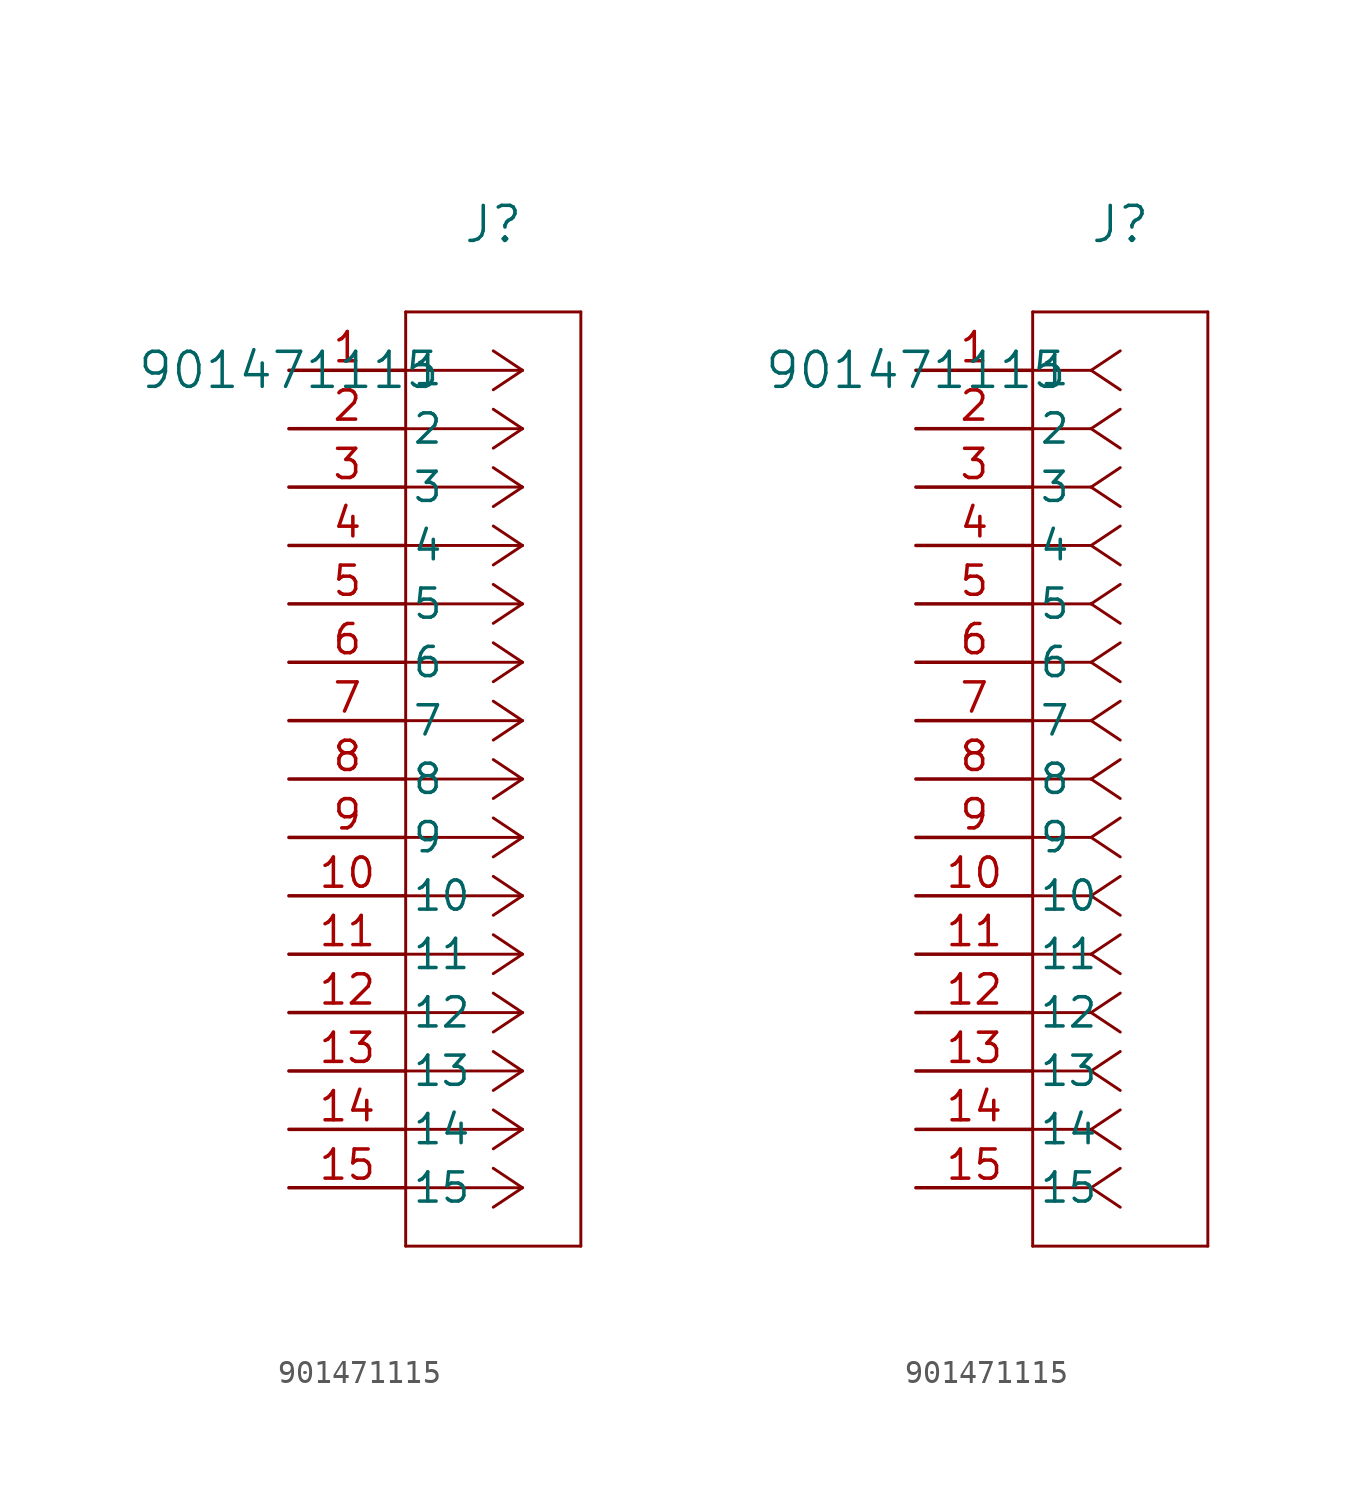
<source format=kicad_sym>
(kicad_symbol_lib
  (version 20211014)
  (generator kicad_symbol_editor)
  (symbol "901471115"
    (pin_names
      (offset 0.254))
    (property "Reference" "J"
      (at 8.89 6.35 0)
      (effects (font (size 1.524 1.524))))
    (property "Value" "901471115"
      (at 0 0 0)
      (effects (font (size 1.524 1.524))))
    (symbol "901471115_1_1"
      (polyline (pts (xy 10.16 0) (xy 5.08 0)) (stroke (width 0.127) (type default) (color 0 0 0 0)) (fill (type none)))
      (polyline (pts (xy 10.16 -2.54) (xy 5.08 -2.54)) (stroke (width 0.127) (type default) (color 0 0 0 0)) (fill (type none)))
      (polyline (pts (xy 10.16 -5.08) (xy 5.08 -5.08)) (stroke (width 0.127) (type default) (color 0 0 0 0)) (fill (type none)))
      (polyline (pts (xy 10.16 -7.62) (xy 5.08 -7.62)) (stroke (width 0.127) (type default) (color 0 0 0 0)) (fill (type none)))
      (polyline (pts (xy 10.16 -10.16) (xy 5.08 -10.16)) (stroke (width 0.127) (type default) (color 0 0 0 0)) (fill (type none)))
      (polyline (pts (xy 10.16 -12.7) (xy 5.08 -12.7)) (stroke (width 0.127) (type default) (color 0 0 0 0)) (fill (type none)))
      (polyline (pts (xy 10.16 -15.24) (xy 5.08 -15.24)) (stroke (width 0.127) (type default) (color 0 0 0 0)) (fill (type none)))
      (polyline (pts (xy 10.16 -17.78) (xy 5.08 -17.78)) (stroke (width 0.127) (type default) (color 0 0 0 0)) (fill (type none)))
      (polyline (pts (xy 10.16 -20.32) (xy 5.08 -20.32)) (stroke (width 0.127) (type default) (color 0 0 0 0)) (fill (type none)))
      (polyline (pts (xy 10.16 -22.86) (xy 5.08 -22.86)) (stroke (width 0.127) (type default) (color 0 0 0 0)) (fill (type none)))
      (polyline (pts (xy 10.16 -25.4) (xy 5.08 -25.4)) (stroke (width 0.127) (type default) (color 0 0 0 0)) (fill (type none)))
      (polyline (pts (xy 10.16 -27.94) (xy 5.08 -27.94)) (stroke (width 0.127) (type default) (color 0 0 0 0)) (fill (type none)))
      (polyline (pts (xy 10.16 -30.48) (xy 5.08 -30.48)) (stroke (width 0.127) (type default) (color 0 0 0 0)) (fill (type none)))
      (polyline (pts (xy 10.16 -33.02) (xy 5.08 -33.02)) (stroke (width 0.127) (type default) (color 0 0 0 0)) (fill (type none)))
      (polyline (pts (xy 10.16 -35.56) (xy 5.08 -35.56)) (stroke (width 0.127) (type default) (color 0 0 0 0)) (fill (type none)))
      (polyline (pts (xy 10.16 0) (xy 8.89 0.847)) (stroke (width 0.127) (type default) (color 0 0 0 0)) (fill (type none)))
      (polyline (pts (xy 10.16 -2.54) (xy 8.89 -1.693)) (stroke (width 0.127) (type default) (color 0 0 0 0)) (fill (type none)))
      (polyline (pts (xy 10.16 -5.08) (xy 8.89 -4.233)) (stroke (width 0.127) (type default) (color 0 0 0 0)) (fill (type none)))
      (polyline (pts (xy 10.16 -7.62) (xy 8.89 -6.773)) (stroke (width 0.127) (type default) (color 0 0 0 0)) (fill (type none)))
      (polyline (pts (xy 10.16 -10.16) (xy 8.89 -9.313)) (stroke (width 0.127) (type default) (color 0 0 0 0)) (fill (type none)))
      (polyline (pts (xy 10.16 -12.7) (xy 8.89 -11.853)) (stroke (width 0.127) (type default) (color 0 0 0 0)) (fill (type none)))
      (polyline (pts (xy 10.16 -15.24) (xy 8.89 -14.393)) (stroke (width 0.127) (type default) (color 0 0 0 0)) (fill (type none)))
      (polyline (pts (xy 10.16 -17.78) (xy 8.89 -16.933)) (stroke (width 0.127) (type default) (color 0 0 0 0)) (fill (type none)))
      (polyline (pts (xy 10.16 -20.32) (xy 8.89 -19.473)) (stroke (width 0.127) (type default) (color 0 0 0 0)) (fill (type none)))
      (polyline (pts (xy 10.16 -22.86) (xy 8.89 -22.013)) (stroke (width 0.127) (type default) (color 0 0 0 0)) (fill (type none)))
      (polyline (pts (xy 10.16 -25.4) (xy 8.89 -24.553)) (stroke (width 0.127) (type default) (color 0 0 0 0)) (fill (type none)))
      (polyline (pts (xy 10.16 -27.94) (xy 8.89 -27.093)) (stroke (width 0.127) (type default) (color 0 0 0 0)) (fill (type none)))
      (polyline (pts (xy 10.16 -30.48) (xy 8.89 -29.633)) (stroke (width 0.127) (type default) (color 0 0 0 0)) (fill (type none)))
      (polyline (pts (xy 10.16 -33.02) (xy 8.89 -32.173)) (stroke (width 0.127) (type default) (color 0 0 0 0)) (fill (type none)))
      (polyline (pts (xy 10.16 -35.56) (xy 8.89 -34.713)) (stroke (width 0.127) (type default) (color 0 0 0 0)) (fill (type none)))
      (polyline (pts (xy 10.16 0) (xy 8.89 -0.847)) (stroke (width 0.127) (type default) (color 0 0 0 0)) (fill (type none)))
      (polyline (pts (xy 10.16 -2.54) (xy 8.89 -3.387)) (stroke (width 0.127) (type default) (color 0 0 0 0)) (fill (type none)))
      (polyline (pts (xy 10.16 -5.08) (xy 8.89 -5.927)) (stroke (width 0.127) (type default) (color 0 0 0 0)) (fill (type none)))
      (polyline (pts (xy 10.16 -7.62) (xy 8.89 -8.467)) (stroke (width 0.127) (type default) (color 0 0 0 0)) (fill (type none)))
      (polyline (pts (xy 10.16 -10.16) (xy 8.89 -11.007)) (stroke (width 0.127) (type default) (color 0 0 0 0)) (fill (type none)))
      (polyline (pts (xy 10.16 -12.7) (xy 8.89 -13.547)) (stroke (width 0.127) (type default) (color 0 0 0 0)) (fill (type none)))
      (polyline (pts (xy 10.16 -15.24) (xy 8.89 -16.087)) (stroke (width 0.127) (type default) (color 0 0 0 0)) (fill (type none)))
      (polyline (pts (xy 10.16 -17.78) (xy 8.89 -18.627)) (stroke (width 0.127) (type default) (color 0 0 0 0)) (fill (type none)))
      (polyline (pts (xy 10.16 -20.32) (xy 8.89 -21.167)) (stroke (width 0.127) (type default) (color 0 0 0 0)) (fill (type none)))
      (polyline (pts (xy 10.16 -22.86) (xy 8.89 -23.707)) (stroke (width 0.127) (type default) (color 0 0 0 0)) (fill (type none)))
      (polyline (pts (xy 10.16 -25.4) (xy 8.89 -26.247)) (stroke (width 0.127) (type default) (color 0 0 0 0)) (fill (type none)))
      (polyline (pts (xy 10.16 -27.94) (xy 8.89 -28.787)) (stroke (width 0.127) (type default) (color 0 0 0 0)) (fill (type none)))
      (polyline (pts (xy 10.16 -30.48) (xy 8.89 -31.327)) (stroke (width 0.127) (type default) (color 0 0 0 0)) (fill (type none)))
      (polyline (pts (xy 10.16 -33.02) (xy 8.89 -33.867)) (stroke (width 0.127) (type default) (color 0 0 0 0)) (fill (type none)))
      (polyline (pts (xy 10.16 -35.56) (xy 8.89 -36.407)) (stroke (width 0.127) (type default) (color 0 0 0 0)) (fill (type none)))
      (polyline (pts (xy 5.08 2.54) (xy 5.08 -38.1)) (stroke (width 0.127) (type default) (color 0 0 0 0)) (fill (type none)))
      (polyline (pts (xy 5.08 -38.1) (xy 12.7 -38.1)) (stroke (width 0.127) (type default) (color 0 0 0 0)) (fill (type none)))
      (polyline (pts (xy 12.7 -38.1) (xy 12.7 2.54)) (stroke (width 0.127) (type default) (color 0 0 0 0)) (fill (type none)))
      (polyline (pts (xy 12.7 2.54) (xy 5.08 2.54)) (stroke (width 0.127) (type default) (color 0 0 0 0)) (fill (type none)))
      (pin unspecified line (at 0 0 0) (length 5.08) (name "1" (effects (font (size 1.27 1.27)))) (number "1" (effects (font (size 1.27 1.27)))))
      (pin unspecified line (at 0 -2.54 0) (length 5.08) (name "2" (effects (font (size 1.27 1.27)))) (number "2" (effects (font (size 1.27 1.27)))))
      (pin unspecified line (at 0 -5.08 0) (length 5.08) (name "3" (effects (font (size 1.27 1.27)))) (number "3" (effects (font (size 1.27 1.27)))))
      (pin unspecified line (at 0 -7.62 0) (length 5.08) (name "4" (effects (font (size 1.27 1.27)))) (number "4" (effects (font (size 1.27 1.27)))))
      (pin unspecified line (at 0 -10.16 0) (length 5.08) (name "5" (effects (font (size 1.27 1.27)))) (number "5" (effects (font (size 1.27 1.27)))))
      (pin unspecified line (at 0 -12.7 0) (length 5.08) (name "6" (effects (font (size 1.27 1.27)))) (number "6" (effects (font (size 1.27 1.27)))))
      (pin unspecified line (at 0 -15.24 0) (length 5.08) (name "7" (effects (font (size 1.27 1.27)))) (number "7" (effects (font (size 1.27 1.27)))))
      (pin unspecified line (at 0 -17.78 0) (length 5.08) (name "8" (effects (font (size 1.27 1.27)))) (number "8" (effects (font (size 1.27 1.27)))))
      (pin unspecified line (at 0 -20.32 0) (length 5.08) (name "9" (effects (font (size 1.27 1.27)))) (number "9" (effects (font (size 1.27 1.27)))))
      (pin unspecified line (at 0 -22.86 0) (length 5.08) (name "10" (effects (font (size 1.27 1.27)))) (number "10" (effects (font (size 1.27 1.27)))))
      (pin unspecified line (at 0 -25.4 0) (length 5.08) (name "11" (effects (font (size 1.27 1.27)))) (number "11" (effects (font (size 1.27 1.27)))))
      (pin unspecified line (at 0 -27.94 0) (length 5.08) (name "12" (effects (font (size 1.27 1.27)))) (number "12" (effects (font (size 1.27 1.27)))))
      (pin unspecified line (at 0 -30.48 0) (length 5.08) (name "13" (effects (font (size 1.27 1.27)))) (number "13" (effects (font (size 1.27 1.27)))))
      (pin unspecified line (at 0 -33.02 0) (length 5.08) (name "14" (effects (font (size 1.27 1.27)))) (number "14" (effects (font (size 1.27 1.27)))))
      (pin unspecified line (at 0 -35.56 0) (length 5.08) (name "15" (effects (font (size 1.27 1.27)))) (number "15" (effects (font (size 1.27 1.27))))))
    (symbol "901471115_1_2"
      (polyline (pts (xy 7.62 0) (xy 5.08 0)) (stroke (width 0.127) (type default) (color 0 0 0 0)) (fill (type none)))
      (polyline (pts (xy 7.62 -2.54) (xy 5.08 -2.54)) (stroke (width 0.127) (type default) (color 0 0 0 0)) (fill (type none)))
      (polyline (pts (xy 7.62 -5.08) (xy 5.08 -5.08)) (stroke (width 0.127) (type default) (color 0 0 0 0)) (fill (type none)))
      (polyline (pts (xy 7.62 -7.62) (xy 5.08 -7.62)) (stroke (width 0.127) (type default) (color 0 0 0 0)) (fill (type none)))
      (polyline (pts (xy 7.62 -10.16) (xy 5.08 -10.16)) (stroke (width 0.127) (type default) (color 0 0 0 0)) (fill (type none)))
      (polyline (pts (xy 7.62 -12.7) (xy 5.08 -12.7)) (stroke (width 0.127) (type default) (color 0 0 0 0)) (fill (type none)))
      (polyline (pts (xy 7.62 -15.24) (xy 5.08 -15.24)) (stroke (width 0.127) (type default) (color 0 0 0 0)) (fill (type none)))
      (polyline (pts (xy 7.62 -17.78) (xy 5.08 -17.78)) (stroke (width 0.127) (type default) (color 0 0 0 0)) (fill (type none)))
      (polyline (pts (xy 7.62 -20.32) (xy 5.08 -20.32)) (stroke (width 0.127) (type default) (color 0 0 0 0)) (fill (type none)))
      (polyline (pts (xy 7.62 -22.86) (xy 5.08 -22.86)) (stroke (width 0.127) (type default) (color 0 0 0 0)) (fill (type none)))
      (polyline (pts (xy 7.62 -25.4) (xy 5.08 -25.4)) (stroke (width 0.127) (type default) (color 0 0 0 0)) (fill (type none)))
      (polyline (pts (xy 7.62 -27.94) (xy 5.08 -27.94)) (stroke (width 0.127) (type default) (color 0 0 0 0)) (fill (type none)))
      (polyline (pts (xy 7.62 -30.48) (xy 5.08 -30.48)) (stroke (width 0.127) (type default) (color 0 0 0 0)) (fill (type none)))
      (polyline (pts (xy 7.62 -33.02) (xy 5.08 -33.02)) (stroke (width 0.127) (type default) (color 0 0 0 0)) (fill (type none)))
      (polyline (pts (xy 7.62 -35.56) (xy 5.08 -35.56)) (stroke (width 0.127) (type default) (color 0 0 0 0)) (fill (type none)))
      (polyline (pts (xy 7.62 0) (xy 8.89 0.847)) (stroke (width 0.127) (type default) (color 0 0 0 0)) (fill (type none)))
      (polyline (pts (xy 7.62 -2.54) (xy 8.89 -1.693)) (stroke (width 0.127) (type default) (color 0 0 0 0)) (fill (type none)))
      (polyline (pts (xy 7.62 -5.08) (xy 8.89 -4.233)) (stroke (width 0.127) (type default) (color 0 0 0 0)) (fill (type none)))
      (polyline (pts (xy 7.62 -7.62) (xy 8.89 -6.773)) (stroke (width 0.127) (type default) (color 0 0 0 0)) (fill (type none)))
      (polyline (pts (xy 7.62 -10.16) (xy 8.89 -9.313)) (stroke (width 0.127) (type default) (color 0 0 0 0)) (fill (type none)))
      (polyline (pts (xy 7.62 -12.7) (xy 8.89 -11.853)) (stroke (width 0.127) (type default) (color 0 0 0 0)) (fill (type none)))
      (polyline (pts (xy 7.62 -15.24) (xy 8.89 -14.393)) (stroke (width 0.127) (type default) (color 0 0 0 0)) (fill (type none)))
      (polyline (pts (xy 7.62 -17.78) (xy 8.89 -16.933)) (stroke (width 0.127) (type default) (color 0 0 0 0)) (fill (type none)))
      (polyline (pts (xy 7.62 -20.32) (xy 8.89 -19.473)) (stroke (width 0.127) (type default) (color 0 0 0 0)) (fill (type none)))
      (polyline (pts (xy 7.62 -22.86) (xy 8.89 -22.013)) (stroke (width 0.127) (type default) (color 0 0 0 0)) (fill (type none)))
      (polyline (pts (xy 7.62 -25.4) (xy 8.89 -24.553)) (stroke (width 0.127) (type default) (color 0 0 0 0)) (fill (type none)))
      (polyline (pts (xy 7.62 -27.94) (xy 8.89 -27.093)) (stroke (width 0.127) (type default) (color 0 0 0 0)) (fill (type none)))
      (polyline (pts (xy 7.62 -30.48) (xy 8.89 -29.633)) (stroke (width 0.127) (type default) (color 0 0 0 0)) (fill (type none)))
      (polyline (pts (xy 7.62 -33.02) (xy 8.89 -32.173)) (stroke (width 0.127) (type default) (color 0 0 0 0)) (fill (type none)))
      (polyline (pts (xy 7.62 -35.56) (xy 8.89 -34.713)) (stroke (width 0.127) (type default) (color 0 0 0 0)) (fill (type none)))
      (polyline (pts (xy 7.62 0) (xy 8.89 -0.847)) (stroke (width 0.127) (type default) (color 0 0 0 0)) (fill (type none)))
      (polyline (pts (xy 7.62 -2.54) (xy 8.89 -3.387)) (stroke (width 0.127) (type default) (color 0 0 0 0)) (fill (type none)))
      (polyline (pts (xy 7.62 -5.08) (xy 8.89 -5.927)) (stroke (width 0.127) (type default) (color 0 0 0 0)) (fill (type none)))
      (polyline (pts (xy 7.62 -7.62) (xy 8.89 -8.467)) (stroke (width 0.127) (type default) (color 0 0 0 0)) (fill (type none)))
      (polyline (pts (xy 7.62 -10.16) (xy 8.89 -11.007)) (stroke (width 0.127) (type default) (color 0 0 0 0)) (fill (type none)))
      (polyline (pts (xy 7.62 -12.7) (xy 8.89 -13.547)) (stroke (width 0.127) (type default) (color 0 0 0 0)) (fill (type none)))
      (polyline (pts (xy 7.62 -15.24) (xy 8.89 -16.087)) (stroke (width 0.127) (type default) (color 0 0 0 0)) (fill (type none)))
      (polyline (pts (xy 7.62 -17.78) (xy 8.89 -18.627)) (stroke (width 0.127) (type default) (color 0 0 0 0)) (fill (type none)))
      (polyline (pts (xy 7.62 -20.32) (xy 8.89 -21.167)) (stroke (width 0.127) (type default) (color 0 0 0 0)) (fill (type none)))
      (polyline (pts (xy 7.62 -22.86) (xy 8.89 -23.707)) (stroke (width 0.127) (type default) (color 0 0 0 0)) (fill (type none)))
      (polyline (pts (xy 7.62 -25.4) (xy 8.89 -26.247)) (stroke (width 0.127) (type default) (color 0 0 0 0)) (fill (type none)))
      (polyline (pts (xy 7.62 -27.94) (xy 8.89 -28.787)) (stroke (width 0.127) (type default) (color 0 0 0 0)) (fill (type none)))
      (polyline (pts (xy 7.62 -30.48) (xy 8.89 -31.327)) (stroke (width 0.127) (type default) (color 0 0 0 0)) (fill (type none)))
      (polyline (pts (xy 7.62 -33.02) (xy 8.89 -33.867)) (stroke (width 0.127) (type default) (color 0 0 0 0)) (fill (type none)))
      (polyline (pts (xy 7.62 -35.56) (xy 8.89 -36.407)) (stroke (width 0.127) (type default) (color 0 0 0 0)) (fill (type none)))
      (polyline (pts (xy 5.08 2.54) (xy 5.08 -38.1)) (stroke (width 0.127) (type default) (color 0 0 0 0)) (fill (type none)))
      (polyline (pts (xy 5.08 -38.1) (xy 12.7 -38.1)) (stroke (width 0.127) (type default) (color 0 0 0 0)) (fill (type none)))
      (polyline (pts (xy 12.7 -38.1) (xy 12.7 2.54)) (stroke (width 0.127) (type default) (color 0 0 0 0)) (fill (type none)))
      (polyline (pts (xy 12.7 2.54) (xy 5.08 2.54)) (stroke (width 0.127) (type default) (color 0 0 0 0)) (fill (type none)))
      (pin unspecified line (at 0 0 0) (length 5.08) (name "1" (effects (font (size 1.27 1.27)))) (number "1" (effects (font (size 1.27 1.27)))))
      (pin unspecified line (at 0 -2.54 0) (length 5.08) (name "2" (effects (font (size 1.27 1.27)))) (number "2" (effects (font (size 1.27 1.27)))))
      (pin unspecified line (at 0 -5.08 0) (length 5.08) (name "3" (effects (font (size 1.27 1.27)))) (number "3" (effects (font (size 1.27 1.27)))))
      (pin unspecified line (at 0 -7.62 0) (length 5.08) (name "4" (effects (font (size 1.27 1.27)))) (number "4" (effects (font (size 1.27 1.27)))))
      (pin unspecified line (at 0 -10.16 0) (length 5.08) (name "5" (effects (font (size 1.27 1.27)))) (number "5" (effects (font (size 1.27 1.27)))))
      (pin unspecified line (at 0 -12.7 0) (length 5.08) (name "6" (effects (font (size 1.27 1.27)))) (number "6" (effects (font (size 1.27 1.27)))))
      (pin unspecified line (at 0 -15.24 0) (length 5.08) (name "7" (effects (font (size 1.27 1.27)))) (number "7" (effects (font (size 1.27 1.27)))))
      (pin unspecified line (at 0 -17.78 0) (length 5.08) (name "8" (effects (font (size 1.27 1.27)))) (number "8" (effects (font (size 1.27 1.27)))))
      (pin unspecified line (at 0 -20.32 0) (length 5.08) (name "9" (effects (font (size 1.27 1.27)))) (number "9" (effects (font (size 1.27 1.27)))))
      (pin unspecified line (at 0 -22.86 0) (length 5.08) (name "10" (effects (font (size 1.27 1.27)))) (number "10" (effects (font (size 1.27 1.27)))))
      (pin unspecified line (at 0 -25.4 0) (length 5.08) (name "11" (effects (font (size 1.27 1.27)))) (number "11" (effects (font (size 1.27 1.27)))))
      (pin unspecified line (at 0 -27.94 0) (length 5.08) (name "12" (effects (font (size 1.27 1.27)))) (number "12" (effects (font (size 1.27 1.27)))))
      (pin unspecified line (at 0 -30.48 0) (length 5.08) (name "13" (effects (font (size 1.27 1.27)))) (number "13" (effects (font (size 1.27 1.27)))))
      (pin unspecified line (at 0 -33.02 0) (length 5.08) (name "14" (effects (font (size 1.27 1.27)))) (number "14" (effects (font (size 1.27 1.27)))))
      (pin unspecified line (at 0 -35.56 0) (length 5.08) (name "15" (effects (font (size 1.27 1.27)))) (number "15" (effects (font (size 1.27 1.27))))))))
</source>
